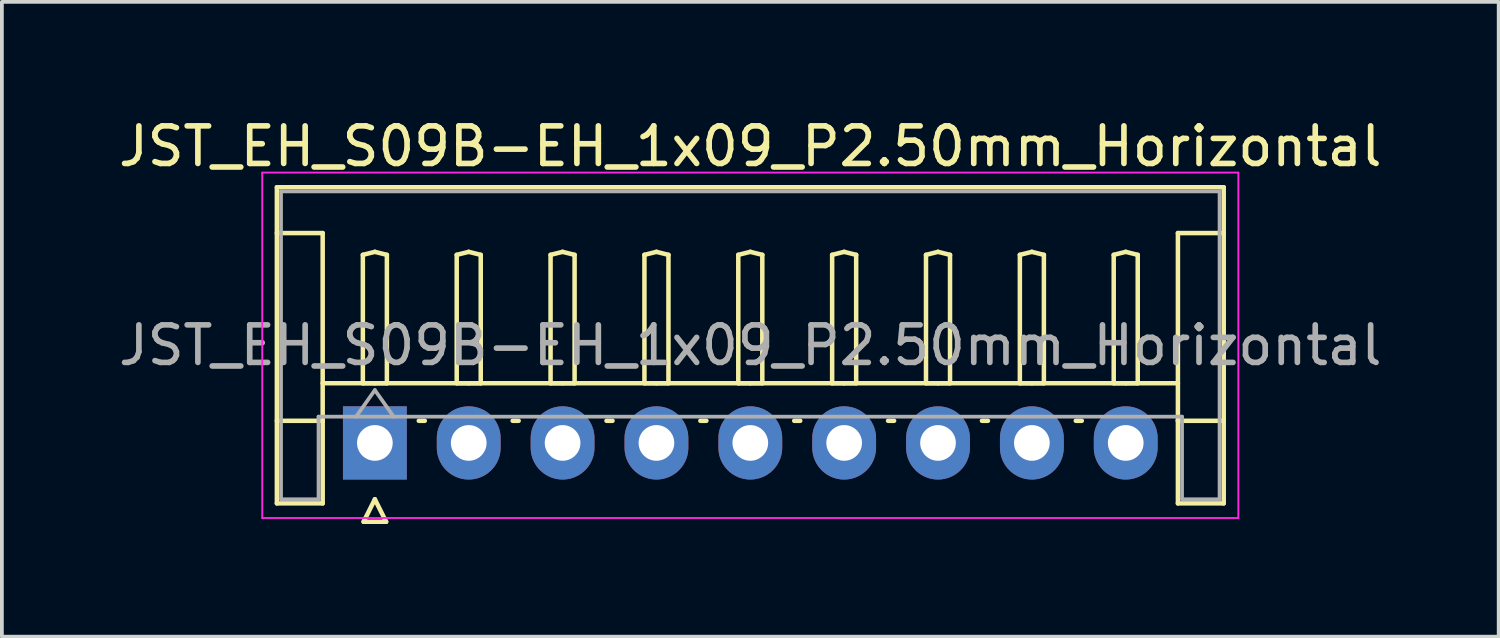
<source format=kicad_pcb>
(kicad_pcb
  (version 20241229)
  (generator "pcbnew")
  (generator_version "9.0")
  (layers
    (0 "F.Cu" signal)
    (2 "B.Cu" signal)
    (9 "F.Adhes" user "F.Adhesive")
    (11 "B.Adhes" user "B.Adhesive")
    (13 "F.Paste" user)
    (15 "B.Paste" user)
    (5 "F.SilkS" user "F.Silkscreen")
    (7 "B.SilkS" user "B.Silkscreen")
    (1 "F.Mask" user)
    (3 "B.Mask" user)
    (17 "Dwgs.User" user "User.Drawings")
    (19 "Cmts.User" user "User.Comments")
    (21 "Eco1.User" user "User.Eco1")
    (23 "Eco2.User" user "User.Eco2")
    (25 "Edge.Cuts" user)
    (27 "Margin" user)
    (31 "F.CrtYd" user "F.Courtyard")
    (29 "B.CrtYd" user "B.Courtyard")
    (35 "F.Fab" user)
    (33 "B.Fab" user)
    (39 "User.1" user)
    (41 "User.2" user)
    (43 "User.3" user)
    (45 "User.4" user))
  (footprint "JST_EH_S09B-EH_1x09_P2.50mm_Horizontal"
    (layer "F.Cu")
    (at 6.935 8.748)
    (property "Reference" "JST_EH_S09B-EH_1x09_P2.50mm_Horizontal" (at 10 -7.9 0) (layer "F.SilkS") (effects (font (size 1 1) (thickness 0.15))))
    (attr through_hole)
    (fp_line (start -2.61 -6.81) (end 22.61 -6.81) (stroke (width 0.12) (type solid)) (layer "F.SilkS"))
    (fp_line (start -2.61 -5.59) (end -1.39 -5.59) (stroke (width 0.12) (type solid)) (layer "F.SilkS"))
    (fp_line (start -2.61 1.61) (end -2.61 -6.81) (stroke (width 0.12) (type solid)) (layer "F.SilkS"))
    (fp_line (start -1.39 -5.59) (end -1.39 -0.59) (stroke (width 0.12) (type solid)) (layer "F.SilkS"))
    (fp_line (start -1.39 -1.59) (end 21.39 -1.59) (stroke (width 0.12) (type solid)) (layer "F.SilkS"))
    (fp_line (start -1.39 -0.59) (end -2.61 -0.59) (stroke (width 0.12) (type solid)) (layer "F.SilkS"))
    (fp_line (start -1.39 -0.59) (end -1.39 1.61) (stroke (width 0.12) (type solid)) (layer "F.SilkS"))
    (fp_line (start -1.39 1.61) (end -2.61 1.61) (stroke (width 0.12) (type solid)) (layer "F.SilkS"))
    (fp_line (start -0.32 -5.01) (end 0 -5.09) (stroke (width 0.12) (type solid)) (layer "F.SilkS"))
    (fp_line (start -0.32 -1.59) (end -0.32 -5.01) (stroke (width 0.12) (type solid)) (layer "F.SilkS"))
    (fp_line (start -0.3 2.1) (end 0.3 2.1) (stroke (width 0.12) (type solid)) (layer "F.SilkS"))
    (fp_line (start 0 -5.09) (end 0.32 -5.01) (stroke (width 0.12) (type solid)) (layer "F.SilkS"))
    (fp_line (start 0 -1.59) (end -0.32 -1.59) (stroke (width 0.12) (type solid)) (layer "F.SilkS"))
    (fp_line (start 0 1.5) (end -0.3 2.1) (stroke (width 0.12) (type solid)) (layer "F.SilkS"))
    (fp_line (start 0.3 2.1) (end 0 1.5) (stroke (width 0.12) (type solid)) (layer "F.SilkS"))
    (fp_line (start 0.32 -5.01) (end 0.32 -1.59) (stroke (width 0.12) (type solid)) (layer "F.SilkS"))
    (fp_line (start 0.32 -1.59) (end 0 -1.59) (stroke (width 0.12) (type solid)) (layer "F.SilkS"))
    (fp_line (start 1.17 -0.59) (end 1.33 -0.59) (stroke (width 0.12) (type solid)) (layer "F.SilkS"))
    (fp_line (start 2.18 -5.01) (end 2.5 -5.09) (stroke (width 0.12) (type solid)) (layer "F.SilkS"))
    (fp_line (start 2.18 -1.59) (end 2.18 -5.01) (stroke (width 0.12) (type solid)) (layer "F.SilkS"))
    (fp_line (start 2.5 -5.09) (end 2.82 -5.01) (stroke (width 0.12) (type solid)) (layer "F.SilkS"))
    (fp_line (start 2.5 -1.59) (end 2.18 -1.59) (stroke (width 0.12) (type solid)) (layer "F.SilkS"))
    (fp_line (start 2.82 -5.01) (end 2.82 -1.59) (stroke (width 0.12) (type solid)) (layer "F.SilkS"))
    (fp_line (start 2.82 -1.59) (end 2.5 -1.59) (stroke (width 0.12) (type solid)) (layer "F.SilkS"))
    (fp_line (start 3.67 -0.59) (end 3.83 -0.59) (stroke (width 0.12) (type solid)) (layer "F.SilkS"))
    (fp_line (start 4.68 -5.01) (end 5 -5.09) (stroke (width 0.12) (type solid)) (layer "F.SilkS"))
    (fp_line (start 4.68 -1.59) (end 4.68 -5.01) (stroke (width 0.12) (type solid)) (layer "F.SilkS"))
    (fp_line (start 5 -5.09) (end 5.32 -5.01) (stroke (width 0.12) (type solid)) (layer "F.SilkS"))
    (fp_line (start 5 -1.59) (end 4.68 -1.59) (stroke (width 0.12) (type solid)) (layer "F.SilkS"))
    (fp_line (start 5.32 -5.01) (end 5.32 -1.59) (stroke (width 0.12) (type solid)) (layer "F.SilkS"))
    (fp_line (start 5.32 -1.59) (end 5 -1.59) (stroke (width 0.12) (type solid)) (layer "F.SilkS"))
    (fp_line (start 6.17 -0.59) (end 6.33 -0.59) (stroke (width 0.12) (type solid)) (layer "F.SilkS"))
    (fp_line (start 7.18 -5.01) (end 7.5 -5.09) (stroke (width 0.12) (type solid)) (layer "F.SilkS"))
    (fp_line (start 7.18 -1.59) (end 7.18 -5.01) (stroke (width 0.12) (type solid)) (layer "F.SilkS"))
    (fp_line (start 7.5 -5.09) (end 7.82 -5.01) (stroke (width 0.12) (type solid)) (layer "F.SilkS"))
    (fp_line (start 7.5 -1.59) (end 7.18 -1.59) (stroke (width 0.12) (type solid)) (layer "F.SilkS"))
    (fp_line (start 7.82 -5.01) (end 7.82 -1.59) (stroke (width 0.12) (type solid)) (layer "F.SilkS"))
    (fp_line (start 7.82 -1.59) (end 7.5 -1.59) (stroke (width 0.12) (type solid)) (layer "F.SilkS"))
    (fp_line (start 8.67 -0.59) (end 8.83 -0.59) (stroke (width 0.12) (type solid)) (layer "F.SilkS"))
    (fp_line (start 9.68 -5.01) (end 10 -5.09) (stroke (width 0.12) (type solid)) (layer "F.SilkS"))
    (fp_line (start 9.68 -1.59) (end 9.68 -5.01) (stroke (width 0.12) (type solid)) (layer "F.SilkS"))
    (fp_line (start 10 -5.09) (end 10.32 -5.01) (stroke (width 0.12) (type solid)) (layer "F.SilkS"))
    (fp_line (start 10 -1.59) (end 9.68 -1.59) (stroke (width 0.12) (type solid)) (layer "F.SilkS"))
    (fp_line (start 10.32 -5.01) (end 10.32 -1.59) (stroke (width 0.12) (type solid)) (layer "F.SilkS"))
    (fp_line (start 10.32 -1.59) (end 10 -1.59) (stroke (width 0.12) (type solid)) (layer "F.SilkS"))
    (fp_line (start 11.17 -0.59) (end 11.33 -0.59) (stroke (width 0.12) (type solid)) (layer "F.SilkS"))
    (fp_line (start 12.18 -5.01) (end 12.5 -5.09) (stroke (width 0.12) (type solid)) (layer "F.SilkS"))
    (fp_line (start 12.18 -1.59) (end 12.18 -5.01) (stroke (width 0.12) (type solid)) (layer "F.SilkS"))
    (fp_line (start 12.5 -5.09) (end 12.82 -5.01) (stroke (width 0.12) (type solid)) (layer "F.SilkS"))
    (fp_line (start 12.5 -1.59) (end 12.18 -1.59) (stroke (width 0.12) (type solid)) (layer "F.SilkS"))
    (fp_line (start 12.82 -5.01) (end 12.82 -1.59) (stroke (width 0.12) (type solid)) (layer "F.SilkS"))
    (fp_line (start 12.82 -1.59) (end 12.5 -1.59) (stroke (width 0.12) (type solid)) (layer "F.SilkS"))
    (fp_line (start 13.67 -0.59) (end 13.83 -0.59) (stroke (width 0.12) (type solid)) (layer "F.SilkS"))
    (fp_line (start 14.68 -5.01) (end 15 -5.09) (stroke (width 0.12) (type solid)) (layer "F.SilkS"))
    (fp_line (start 14.68 -1.59) (end 14.68 -5.01) (stroke (width 0.12) (type solid)) (layer "F.SilkS"))
    (fp_line (start 15 -5.09) (end 15.32 -5.01) (stroke (width 0.12) (type solid)) (layer "F.SilkS"))
    (fp_line (start 15 -1.59) (end 14.68 -1.59) (stroke (width 0.12) (type solid)) (layer "F.SilkS"))
    (fp_line (start 15.32 -5.01) (end 15.32 -1.59) (stroke (width 0.12) (type solid)) (layer "F.SilkS"))
    (fp_line (start 15.32 -1.59) (end 15 -1.59) (stroke (width 0.12) (type solid)) (layer "F.SilkS"))
    (fp_line (start 16.17 -0.59) (end 16.33 -0.59) (stroke (width 0.12) (type solid)) (layer "F.SilkS"))
    (fp_line (start 17.18 -5.01) (end 17.5 -5.09) (stroke (width 0.12) (type solid)) (layer "F.SilkS"))
    (fp_line (start 17.18 -1.59) (end 17.18 -5.01) (stroke (width 0.12) (type solid)) (layer "F.SilkS"))
    (fp_line (start 17.5 -5.09) (end 17.82 -5.01) (stroke (width 0.12) (type solid)) (layer "F.SilkS"))
    (fp_line (start 17.5 -1.59) (end 17.18 -1.59) (stroke (width 0.12) (type solid)) (layer "F.SilkS"))
    (fp_line (start 17.82 -5.01) (end 17.82 -1.59) (stroke (width 0.12) (type solid)) (layer "F.SilkS"))
    (fp_line (start 17.82 -1.59) (end 17.5 -1.59) (stroke (width 0.12) (type solid)) (layer "F.SilkS"))
    (fp_line (start 18.67 -0.59) (end 18.83 -0.59) (stroke (width 0.12) (type solid)) (layer "F.SilkS"))
    (fp_line (start 19.68 -5.01) (end 20 -5.09) (stroke (width 0.12) (type solid)) (layer "F.SilkS"))
    (fp_line (start 19.68 -1.59) (end 19.68 -5.01) (stroke (width 0.12) (type solid)) (layer "F.SilkS"))
    (fp_line (start 20 -5.09) (end 20.32 -5.01) (stroke (width 0.12) (type solid)) (layer "F.SilkS"))
    (fp_line (start 20 -1.59) (end 19.68 -1.59) (stroke (width 0.12) (type solid)) (layer "F.SilkS"))
    (fp_line (start 20.32 -5.01) (end 20.32 -1.59) (stroke (width 0.12) (type solid)) (layer "F.SilkS"))
    (fp_line (start 20.32 -1.59) (end 20 -1.59) (stroke (width 0.12) (type solid)) (layer "F.SilkS"))
    (fp_line (start 21.39 -5.59) (end 21.39 -0.59) (stroke (width 0.12) (type solid)) (layer "F.SilkS"))
    (fp_line (start 21.39 -0.59) (end 22.61 -0.59) (stroke (width 0.12) (type solid)) (layer "F.SilkS"))
    (fp_line (start 21.39 1.61) (end 21.39 -0.59) (stroke (width 0.12) (type solid)) (layer "F.SilkS"))
    (fp_line (start 22.61 -6.81) (end 22.61 1.61) (stroke (width 0.12) (type solid)) (layer "F.SilkS"))
    (fp_line (start 22.61 -5.59) (end 21.39 -5.59) (stroke (width 0.12) (type solid)) (layer "F.SilkS"))
    (fp_line (start 22.61 1.61) (end 21.39 1.61) (stroke (width 0.12) (type solid)) (layer "F.SilkS"))
    (fp_line (start -3 -7.2) (end -3 2) (stroke (width 0.05) (type solid)) (layer "F.CrtYd"))
    (fp_line (start -3 2) (end 23 2) (stroke (width 0.05) (type solid)) (layer "F.CrtYd"))
    (fp_line (start 23 -7.2) (end -3 -7.2) (stroke (width 0.05) (type solid)) (layer "F.CrtYd"))
    (fp_line (start 23 2) (end 23 -7.2) (stroke (width 0.05) (type solid)) (layer "F.CrtYd"))
    (fp_line (start -2.5 -6.7) (end 22.5 -6.7) (stroke (width 0.1) (type solid)) (layer "F.Fab"))
    (fp_line (start -2.5 1.5) (end -2.5 -6.7) (stroke (width 0.1) (type solid)) (layer "F.Fab"))
    (fp_line (start -1.5 -0.7) (end -1.5 1.5) (stroke (width 0.1) (type solid)) (layer "F.Fab"))
    (fp_line (start -1.5 1.5) (end -2.5 1.5) (stroke (width 0.1) (type solid)) (layer "F.Fab"))
    (fp_line (start -0.5 -0.7) (end 0 -1.407) (stroke (width 0.1) (type solid)) (layer "F.Fab"))
    (fp_line (start 0 -1.407) (end 0.5 -0.7) (stroke (width 0.1) (type solid)) (layer "F.Fab"))
    (fp_line (start 21.5 -0.7) (end -1.5 -0.7) (stroke (width 0.1) (type solid)) (layer "F.Fab"))
    (fp_line (start 21.5 1.5) (end 21.5 -0.7) (stroke (width 0.1) (type solid)) (layer "F.Fab"))
    (fp_line (start 22.5 -6.7) (end 22.5 1.5) (stroke (width 0.1) (type solid)) (layer "F.Fab"))
    (fp_line (start 22.5 1.5) (end 21.5 1.5) (stroke (width 0.1) (type solid)) (layer "F.Fab"))
    (fp_text user "${REFERENCE}" (at 10 -2.6 0) (layer "F.Fab") (effects (font (size 1 1) (thickness 0.15))))
    (pad "1" thru_hole rect (at 0 0) (size 1.7 1.95) (drill 0.95) (layers "*.Cu" "*.Mask"))
    (pad "2" thru_hole oval (at 2.5 0) (size 1.7 1.95) (drill 0.95) (layers "*.Cu" "*.Mask"))
    (pad "3" thru_hole oval (at 5 0) (size 1.7 1.95) (drill 0.95) (layers "*.Cu" "*.Mask"))
    (pad "4" thru_hole oval (at 7.5 0) (size 1.7 1.95) (drill 0.95) (layers "*.Cu" "*.Mask"))
    (pad "5" thru_hole oval (at 10 0) (size 1.7 1.95) (drill 0.95) (layers "*.Cu" "*.Mask"))
    (pad "6" thru_hole oval (at 12.5 0) (size 1.7 1.95) (drill 0.95) (layers "*.Cu" "*.Mask"))
    (pad "7" thru_hole oval (at 15 0) (size 1.7 1.95) (drill 0.95) (layers "*.Cu" "*.Mask"))
    (pad "8" thru_hole oval (at 17.5 0) (size 1.7 1.95) (drill 0.95) (layers "*.Cu" "*.Mask"))
    (pad "9" thru_hole oval (at 20 0) (size 1.7 1.95) (drill 0.95) (layers "*.Cu" "*.Mask")))
  (gr_rect
    (start -3 -3)
    (end 36.869 13.908)
    (stroke (width 0.1) (type default))
    (fill no)
    (layer "Edge.Cuts")))
</source>
